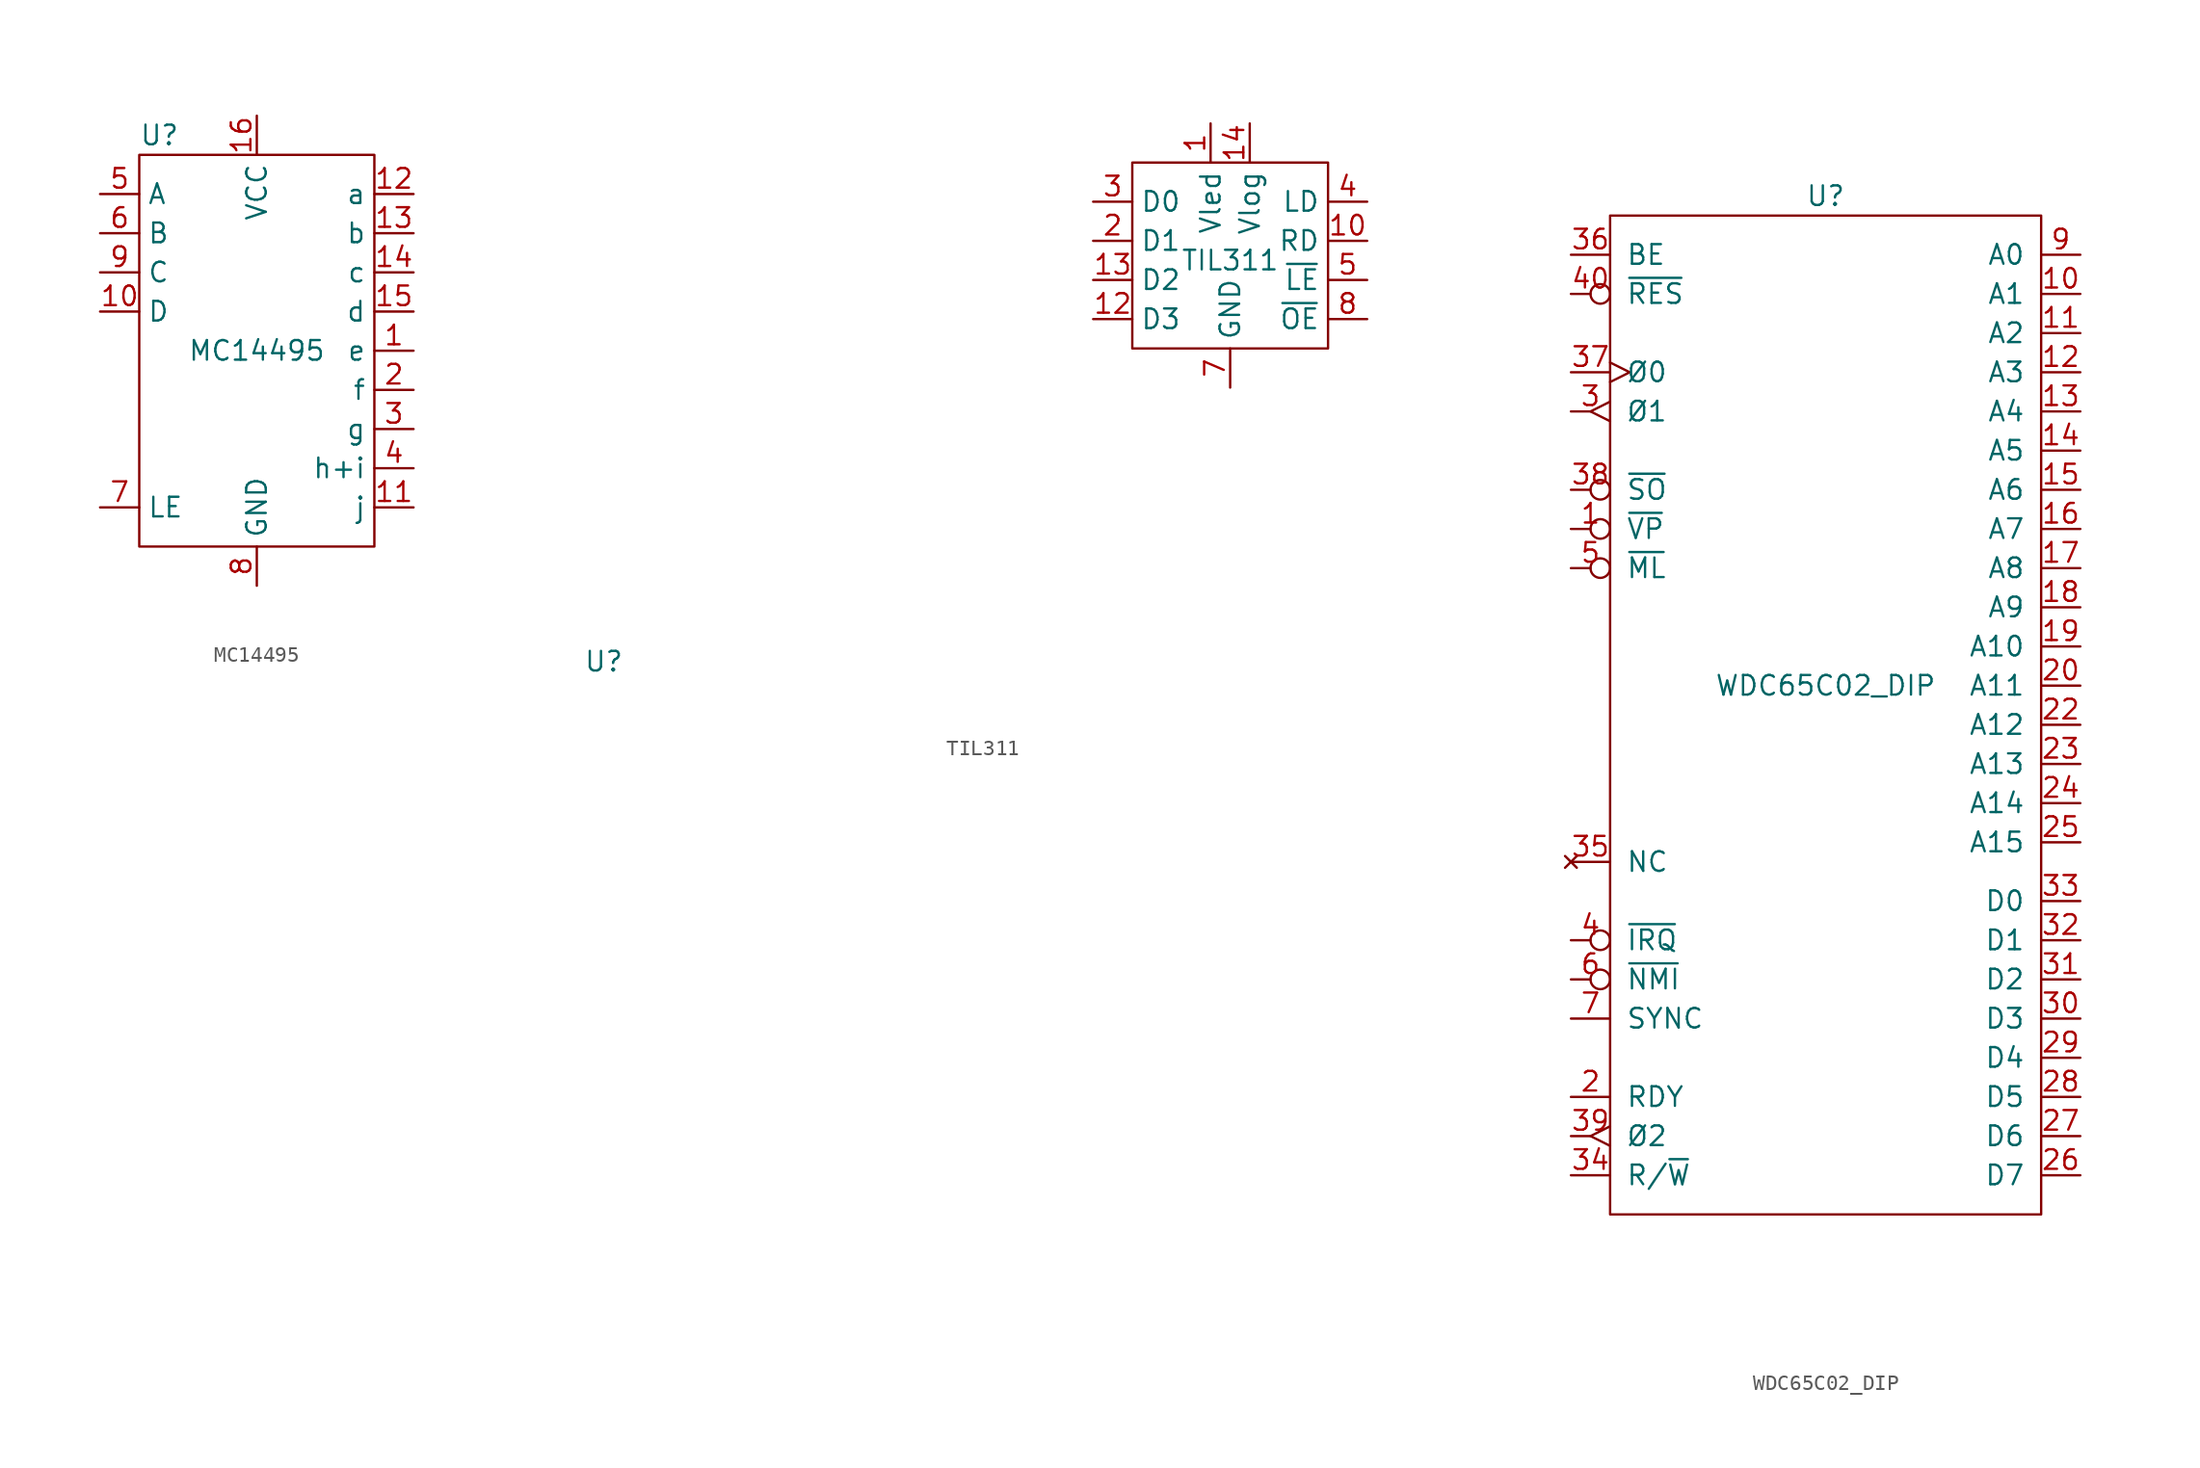
<source format=kicad_sym>
(kicad_symbol_lib
  (version 20211014)
  (generator kicad_symbol_editor)
  (symbol "MC14495"
    (property "Reference" "U"
      (at -7.62 13.97 0)
      (effects (font (size 1.27 1.27)) (justify left)))
    (property "Value" "MC14495"
      (at 0 0 0)
      (effects (font (size 1.27 1.27))))
    (symbol "MC14495_0_1"
      (rectangle (start -7.62 12.7) (end 7.62 -12.7) (stroke (width 0) (type default) (color 0 0 0 0)) (fill (type none))))
    (symbol "MC14495_1_1"
      (pin output line (at 10.16 0 180) (length 2.54) (name "e" (effects (font (size 1.27 1.27)))) (number "1" (effects (font (size 1.27 1.27)))))
      (pin input line (at -10.16 2.54 0) (length 2.54) (name "D" (effects (font (size 1.27 1.27)))) (number "10" (effects (font (size 1.27 1.27)))))
      (pin output line (at 10.16 -10.16 180) (length 2.54) (name "j" (effects (font (size 1.27 1.27)))) (number "11" (effects (font (size 1.27 1.27)))))
      (pin output line (at 10.16 10.16 180) (length 2.54) (name "a" (effects (font (size 1.27 1.27)))) (number "12" (effects (font (size 1.27 1.27)))))
      (pin output line (at 10.16 7.62 180) (length 2.54) (name "b" (effects (font (size 1.27 1.27)))) (number "13" (effects (font (size 1.27 1.27)))))
      (pin output line (at 10.16 5.08 180) (length 2.54) (name "c" (effects (font (size 1.27 1.27)))) (number "14" (effects (font (size 1.27 1.27)))))
      (pin output line (at 10.16 2.54 180) (length 2.54) (name "d" (effects (font (size 1.27 1.27)))) (number "15" (effects (font (size 1.27 1.27)))))
      (pin power_in line (at 0 15.24 270) (length 2.54) (name "VCC" (effects (font (size 1.27 1.27)))) (number "16" (effects (font (size 1.27 1.27)))))
      (pin output line (at 10.16 -2.54 180) (length 2.54) (name "f" (effects (font (size 1.27 1.27)))) (number "2" (effects (font (size 1.27 1.27)))))
      (pin output line (at 10.16 -5.08 180) (length 2.54) (name "g" (effects (font (size 1.27 1.27)))) (number "3" (effects (font (size 1.27 1.27)))))
      (pin output line (at 10.16 -7.62 180) (length 2.54) (name "h+i" (effects (font (size 1.27 1.27)))) (number "4" (effects (font (size 1.27 1.27)))))
      (pin input line (at -10.16 10.16 0) (length 2.54) (name "A" (effects (font (size 1.27 1.27)))) (number "5" (effects (font (size 1.27 1.27)))))
      (pin input line (at -10.16 7.62 0) (length 2.54) (name "B" (effects (font (size 1.27 1.27)))) (number "6" (effects (font (size 1.27 1.27)))))
      (pin input line (at -10.16 -10.16 0) (length 2.54) (name "LE" (effects (font (size 1.27 1.27)))) (number "7" (effects (font (size 1.27 1.27)))))
      (pin power_in line (at 0 -15.24 90) (length 2.54) (name "GND" (effects (font (size 1.27 1.27)))) (number "8" (effects (font (size 1.27 1.27)))))
      (pin input line (at -10.16 5.08 0) (length 2.54) (name "C" (effects (font (size 1.27 1.27)))) (number "9" (effects (font (size 1.27 1.27)))))))
  (symbol "TIL311"
    (property "Reference" "U"
      (at -40.64 -26.67 0)
      (effects (font (size 1.27 1.27))))
    (property "Value" "TIL311"
      (at 0 -0.635 0)
      (effects (font (size 1.27 1.27))))
    (symbol "TIL311_0_1"
      (rectangle (start -6.35 5.715) (end 6.35 -6.35) (stroke (width 0) (type default) (color 0 0 0 0)) (fill (type none))))
    (symbol "TIL311_1_1"
      (pin power_in line (at -1.27 8.255 270) (length 2.54) (name "Vled" (effects (font (size 1.27 1.27)))) (number "1" (effects (font (size 1.27 1.27)))))
      (pin input line (at 8.89 0.635 180) (length 2.54) (name "RD" (effects (font (size 1.27 1.27)))) (number "10" (effects (font (size 1.27 1.27)))))
      (pin input line (at -8.89 -4.445 0) (length 2.54) (name "D3" (effects (font (size 1.27 1.27)))) (number "12" (effects (font (size 1.27 1.27)))))
      (pin input line (at -8.89 -1.905 0) (length 2.54) (name "D2" (effects (font (size 1.27 1.27)))) (number "13" (effects (font (size 1.27 1.27)))))
      (pin power_in line (at 1.27 8.255 270) (length 2.54) (name "Vlog" (effects (font (size 1.27 1.27)))) (number "14" (effects (font (size 1.27 1.27)))))
      (pin input line (at -8.89 0.635 0) (length 2.54) (name "D1" (effects (font (size 1.27 1.27)))) (number "2" (effects (font (size 1.27 1.27)))))
      (pin input line (at -8.89 3.175 0) (length 2.54) (name "D0" (effects (font (size 1.27 1.27)))) (number "3" (effects (font (size 1.27 1.27)))))
      (pin input line (at 8.89 3.175 180) (length 2.54) (name "LD" (effects (font (size 1.27 1.27)))) (number "4" (effects (font (size 1.27 1.27)))))
      (pin input line (at 8.89 -1.905 180) (length 2.54) (name "~{LE}" (effects (font (size 1.27 1.27)))) (number "5" (effects (font (size 1.27 1.27)))))
      (pin power_in line (at 0 -8.89 90) (length 2.54) (name "GND" (effects (font (size 1.27 1.27)))) (number "7" (effects (font (size 1.27 1.27)))))
      (pin input line (at 8.89 -4.445 180) (length 2.54) (name "~{OE}" (effects (font (size 1.27 1.27)))) (number "8" (effects (font (size 1.27 1.27)))))))
  (symbol "WDC65C02_DIP"
    (pin_names
      (offset 1.016))
    (property "Reference" "U"
      (at 0 31.75 0)
      (effects (font (size 1.27 1.27))))
    (property "Value" "WDC65C02_DIP"
      (at 0 0 0)
      (effects (font (size 1.27 1.27))))
    (symbol "WDC65C02_DIP_0_1"
      (rectangle (start -13.97 30.48) (end 13.97 -34.29) (stroke (width 0) (type default) (color 0 0 0 0)) (fill (type none))))
    (symbol "WDC65C02_DIP_1_1"
      (pin output inverted (at -16.51 10.16 0) (length 2.54) (name "~{VP}" (effects (font (size 1.27 1.27)))) (number "1" (effects (font (size 1.27 1.27)))))
      (pin output line (at 16.51 25.4 180) (length 2.54) (name "A1" (effects (font (size 1.27 1.27)))) (number "10" (effects (font (size 1.27 1.27)))))
      (pin output line (at 16.51 22.86 180) (length 2.54) (name "A2" (effects (font (size 1.27 1.27)))) (number "11" (effects (font (size 1.27 1.27)))))
      (pin output line (at 16.51 20.32 180) (length 2.54) (name "A3" (effects (font (size 1.27 1.27)))) (number "12" (effects (font (size 1.27 1.27)))))
      (pin output line (at 16.51 17.78 180) (length 2.54) (name "A4" (effects (font (size 1.27 1.27)))) (number "13" (effects (font (size 1.27 1.27)))))
      (pin output line (at 16.51 15.24 180) (length 2.54) (name "A5" (effects (font (size 1.27 1.27)))) (number "14" (effects (font (size 1.27 1.27)))))
      (pin output line (at 16.51 12.7 180) (length 2.54) (name "A6" (effects (font (size 1.27 1.27)))) (number "15" (effects (font (size 1.27 1.27)))))
      (pin output line (at 16.51 10.16 180) (length 2.54) (name "A7" (effects (font (size 1.27 1.27)))) (number "16" (effects (font (size 1.27 1.27)))))
      (pin output line (at 16.51 7.62 180) (length 2.54) (name "A8" (effects (font (size 1.27 1.27)))) (number "17" (effects (font (size 1.27 1.27)))))
      (pin output line (at 16.51 5.08 180) (length 2.54) (name "A9" (effects (font (size 1.27 1.27)))) (number "18" (effects (font (size 1.27 1.27)))))
      (pin output line (at 16.51 2.54 180) (length 2.54) (name "A10" (effects (font (size 1.27 1.27)))) (number "19" (effects (font (size 1.27 1.27)))))
      (pin input line (at -16.51 -26.67 0) (length 2.54) (name "RDY" (effects (font (size 1.27 1.27)))) (number "2" (effects (font (size 1.27 1.27)))))
      (pin output line (at 16.51 0 180) (length 2.54) (name "A11" (effects (font (size 1.27 1.27)))) (number "20" (effects (font (size 1.27 1.27)))))
      (pin power_in line (at 0 -36.83 90) (length 2.54) hide (name "GND" (effects (font (size 1.27 1.27)))) (number "21" (effects (font (size 1.27 1.27)))))
      (pin output line (at 16.51 -2.54 180) (length 2.54) (name "A12" (effects (font (size 1.27 1.27)))) (number "22" (effects (font (size 1.27 1.27)))))
      (pin output line (at 16.51 -5.08 180) (length 2.54) (name "A13" (effects (font (size 1.27 1.27)))) (number "23" (effects (font (size 1.27 1.27)))))
      (pin output line (at 16.51 -7.62 180) (length 2.54) (name "A14" (effects (font (size 1.27 1.27)))) (number "24" (effects (font (size 1.27 1.27)))))
      (pin output line (at 16.51 -10.16 180) (length 2.54) (name "A15" (effects (font (size 1.27 1.27)))) (number "25" (effects (font (size 1.27 1.27)))))
      (pin bidirectional line (at 16.51 -31.75 180) (length 2.54) (name "D7" (effects (font (size 1.27 1.27)))) (number "26" (effects (font (size 1.27 1.27)))))
      (pin bidirectional line (at 16.51 -29.21 180) (length 2.54) (name "D6" (effects (font (size 1.27 1.27)))) (number "27" (effects (font (size 1.27 1.27)))))
      (pin bidirectional line (at 16.51 -26.67 180) (length 2.54) (name "D5" (effects (font (size 1.27 1.27)))) (number "28" (effects (font (size 1.27 1.27)))))
      (pin bidirectional line (at 16.51 -24.13 180) (length 2.54) (name "D4" (effects (font (size 1.27 1.27)))) (number "29" (effects (font (size 1.27 1.27)))))
      (pin output edge_clock_high (at -16.51 17.78 0) (length 2.54) (name "Ø1" (effects (font (size 1.27 1.27)))) (number "3" (effects (font (size 1.27 1.27)))))
      (pin bidirectional line (at 16.51 -21.59 180) (length 2.54) (name "D3" (effects (font (size 1.27 1.27)))) (number "30" (effects (font (size 1.27 1.27)))))
      (pin bidirectional line (at 16.51 -19.05 180) (length 2.54) (name "D2" (effects (font (size 1.27 1.27)))) (number "31" (effects (font (size 1.27 1.27)))))
      (pin bidirectional line (at 16.51 -16.51 180) (length 2.54) (name "D1" (effects (font (size 1.27 1.27)))) (number "32" (effects (font (size 1.27 1.27)))))
      (pin bidirectional line (at 16.51 -13.97 180) (length 2.54) (name "D0" (effects (font (size 1.27 1.27)))) (number "33" (effects (font (size 1.27 1.27)))))
      (pin output line (at -16.51 -31.75 0) (length 2.54) (name "R/~{W}" (effects (font (size 1.27 1.27)))) (number "34" (effects (font (size 1.27 1.27)))))
      (pin no_connect line (at -16.51 -11.43 0) (length 2.54) (name "NC" (effects (font (size 1.27 1.27)))) (number "35" (effects (font (size 1.27 1.27)))))
      (pin input line (at -16.51 27.94 0) (length 2.54) (name "BE" (effects (font (size 1.27 1.27)))) (number "36" (effects (font (size 1.27 1.27)))))
      (pin input clock (at -16.51 20.32 0) (length 2.54) (name "Ø0" (effects (font (size 1.27 1.27)))) (number "37" (effects (font (size 1.27 1.27)))))
      (pin input inverted (at -16.51 12.7 0) (length 2.54) (name "~{SO}" (effects (font (size 1.27 1.27)))) (number "38" (effects (font (size 1.27 1.27)))))
      (pin output edge_clock_high (at -16.51 -29.21 0) (length 2.54) (name "Ø2" (effects (font (size 1.27 1.27)))) (number "39" (effects (font (size 1.27 1.27)))))
      (pin input inverted (at -16.51 -16.51 0) (length 2.54) (name "~{IRQ}" (effects (font (size 1.27 1.27)))) (number "4" (effects (font (size 1.27 1.27)))))
      (pin input inverted (at -16.51 25.4 0) (length 2.54) (name "~{RES}" (effects (font (size 1.27 1.27)))) (number "40" (effects (font (size 1.27 1.27)))))
      (pin output inverted (at -16.51 7.62 0) (length 2.54) (name "~{ML}" (effects (font (size 1.27 1.27)))) (number "5" (effects (font (size 1.27 1.27)))))
      (pin input inverted (at -16.51 -19.05 0) (length 2.54) (name "~{NMI}" (effects (font (size 1.27 1.27)))) (number "6" (effects (font (size 1.27 1.27)))))
      (pin output line (at -16.51 -21.59 0) (length 2.54) (name "SYNC" (effects (font (size 1.27 1.27)))) (number "7" (effects (font (size 1.27 1.27)))))
      (pin power_in line (at 0 33.02 270) (length 2.54) hide (name "VCC" (effects (font (size 1.27 1.27)))) (number "8" (effects (font (size 1.27 1.27)))))
      (pin output line (at 16.51 27.94 180) (length 2.54) (name "A0" (effects (font (size 1.27 1.27)))) (number "9" (effects (font (size 1.27 1.27))))))))
</source>
